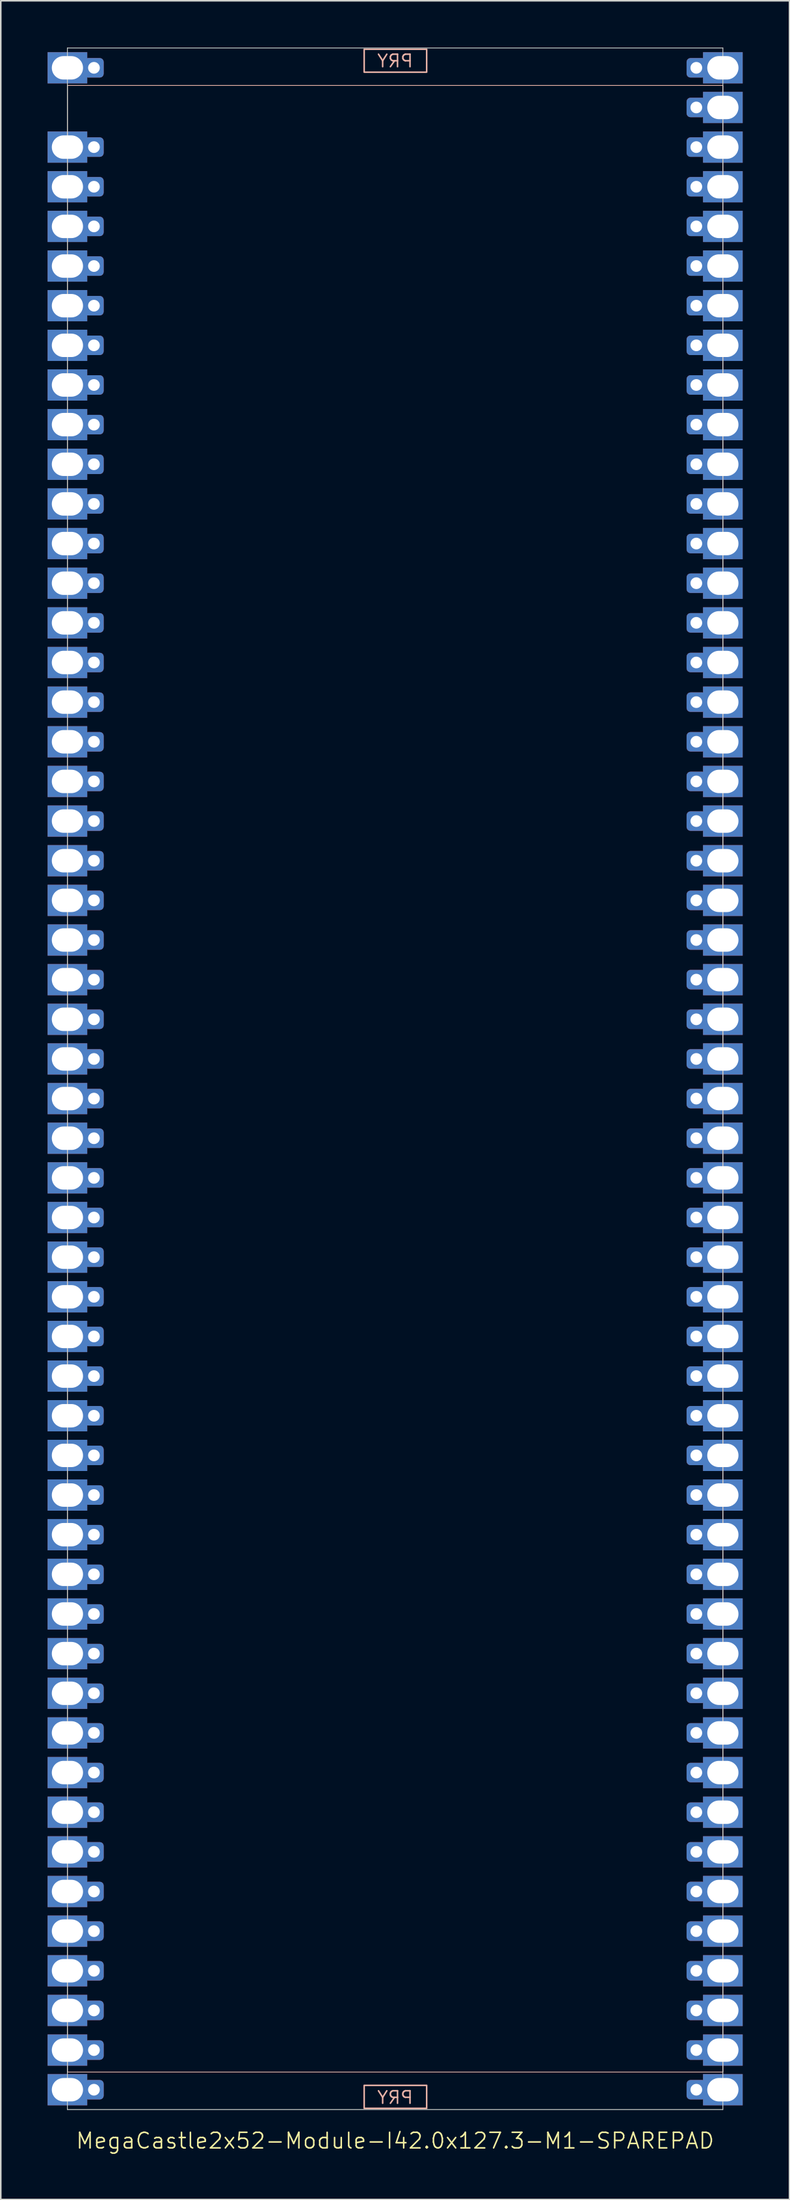
<source format=kicad_pcb>
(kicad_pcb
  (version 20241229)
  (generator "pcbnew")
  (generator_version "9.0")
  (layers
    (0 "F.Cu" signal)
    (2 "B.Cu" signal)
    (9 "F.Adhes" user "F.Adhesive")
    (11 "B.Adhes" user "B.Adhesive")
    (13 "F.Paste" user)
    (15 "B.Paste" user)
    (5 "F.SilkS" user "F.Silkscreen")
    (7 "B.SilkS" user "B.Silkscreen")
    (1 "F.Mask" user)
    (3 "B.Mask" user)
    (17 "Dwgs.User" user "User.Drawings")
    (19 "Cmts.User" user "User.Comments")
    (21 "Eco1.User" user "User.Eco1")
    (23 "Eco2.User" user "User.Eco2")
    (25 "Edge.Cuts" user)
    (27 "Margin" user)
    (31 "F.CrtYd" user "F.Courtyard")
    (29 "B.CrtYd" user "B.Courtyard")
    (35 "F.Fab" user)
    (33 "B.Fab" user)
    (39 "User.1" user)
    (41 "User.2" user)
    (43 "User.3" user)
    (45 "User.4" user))
  (footprint "MegaCastle2x52-Module-I42.0x127.3-M1-SPAREPAD"
    (layer "F.Cu")
    (at 22.27 66.065)
    (property "Reference" "MegaCastle2x52-Module-I42.0x127.3-M1-SPAREPAD" (at 0 68.04 0) (unlocked yes) (layer "F.SilkS") (effects (font (size 1 1) (thickness 0.1))))
    (attr smd)
    (fp_rect (start -21 63.64) (end 21 -63.64) (stroke (width 0.05) (type default)) (fill no) (layer "B.SilkS"))
    (fp_rect (start -1.984 -64.491) (end 2.02 -65.96) (stroke (width 0.1) (type default)) (fill no) (layer "B.SilkS"))
    (fp_rect (start -1.984 64.491) (end 2.02 65.96) (stroke (width 0.1) (type default)) (fill no) (layer "B.SilkS"))
    (fp_line (start -21 -66.04) (end -21 66.04) (stroke (width 0.05) (type default)) (layer "Edge.Cuts"))
    (fp_line (start -21 -66.04) (end 21 -66.04) (stroke (width 0.05) (type default)) (layer "Edge.Cuts"))
    (fp_line (start -21 66.04) (end 21 66.04) (stroke (width 0.05) (type default)) (layer "Edge.Cuts"))
    (fp_line (start 21 -66.04) (end 21 66.04) (stroke (width 0.05) (type default)) (layer "Edge.Cuts"))
    (fp_text user "PRY" (at 0 65.74 0) (unlocked yes) (layer "B.SilkS") (effects (font (size 0.8 0.8) (thickness 0.1)) (justify bottom mirror)))
    (fp_text user "PRY" (at 0 -64.74 0) (unlocked yes) (layer "B.SilkS") (effects (font (size 0.8 0.8) (thickness 0.1)) (justify bottom mirror)))
    (pad "1" thru_hole rect (at -21 -64.77) (size 2.54 2) (drill oval 2 1.5) (property pad_prop_castellated) (layers "*.Cu" "*.Mask"))
    (pad "1" thru_hole roundrect (at -19.3 -64.77 180) (size 1.25 1.25) (drill 0.75) (layers "*.Cu" "*.Mask") (roundrect_rratio 0.2))
    (pad "3" thru_hole rect (at -21 -59.69) (size 2.54 2) (drill oval 2 1.5) (property pad_prop_castellated) (layers "*.Cu" "*.Mask"))
    (pad "3" thru_hole roundrect (at -19.3 -59.69 180) (size 1.25 1.25) (drill 0.75) (layers "*.Cu" "*.Mask") (roundrect_rratio 0.2))
    (pad "4" thru_hole rect (at -21 -57.15) (size 2.54 2) (drill oval 2 1.5) (property pad_prop_castellated) (layers "*.Cu" "*.Mask"))
    (pad "4" thru_hole roundrect (at -19.3 -57.15 180) (size 1.25 1.25) (drill 0.75) (layers "*.Cu" "*.Mask") (roundrect_rratio 0.2))
    (pad "5" thru_hole rect (at -21 -54.61) (size 2.54 2) (drill oval 2 1.5) (property pad_prop_castellated) (layers "*.Cu" "*.Mask"))
    (pad "5" thru_hole roundrect (at -19.3 -54.61 180) (size 1.25 1.25) (drill 0.75) (layers "*.Cu" "*.Mask") (roundrect_rratio 0.2))
    (pad "6" thru_hole rect (at -21 -52.07) (size 2.54 2) (drill oval 2 1.5) (property pad_prop_castellated) (layers "*.Cu" "*.Mask"))
    (pad "6" thru_hole roundrect (at -19.3 -52.07 180) (size 1.25 1.25) (drill 0.75) (layers "*.Cu" "*.Mask") (roundrect_rratio 0.2))
    (pad "7" thru_hole rect (at -21 -49.53) (size 2.54 2) (drill oval 2 1.5) (property pad_prop_castellated) (layers "*.Cu" "*.Mask"))
    (pad "7" thru_hole roundrect (at -19.3 -49.53 180) (size 1.25 1.25) (drill 0.75) (layers "*.Cu" "*.Mask") (roundrect_rratio 0.2))
    (pad "8" thru_hole rect (at -21 -46.99) (size 2.54 2) (drill oval 2 1.5) (property pad_prop_castellated) (layers "*.Cu" "*.Mask"))
    (pad "8" thru_hole roundrect (at -19.3 -46.99 180) (size 1.25 1.25) (drill 0.75) (layers "*.Cu" "*.Mask") (roundrect_rratio 0.2))
    (pad "9" thru_hole rect (at -21 -44.45) (size 2.54 2) (drill oval 2 1.5) (property pad_prop_castellated) (layers "*.Cu" "*.Mask"))
    (pad "9" thru_hole roundrect (at -19.3 -44.45 180) (size 1.25 1.25) (drill 0.75) (layers "*.Cu" "*.Mask") (roundrect_rratio 0.2))
    (pad "10" thru_hole rect (at -21 -41.91) (size 2.54 2) (drill oval 2 1.5) (property pad_prop_castellated) (layers "*.Cu" "*.Mask"))
    (pad "10" thru_hole roundrect (at -19.3 -41.91 180) (size 1.25 1.25) (drill 0.75) (layers "*.Cu" "*.Mask") (roundrect_rratio 0.2))
    (pad "11" thru_hole rect (at -21 -39.37) (size 2.54 2) (drill oval 2 1.5) (property pad_prop_castellated) (layers "*.Cu" "*.Mask"))
    (pad "11" thru_hole roundrect (at -19.3 -39.37 180) (size 1.25 1.25) (drill 0.75) (layers "*.Cu" "*.Mask") (roundrect_rratio 0.2))
    (pad "12" thru_hole rect (at -21 -36.83) (size 2.54 2) (drill oval 2 1.5) (property pad_prop_castellated) (layers "*.Cu" "*.Mask"))
    (pad "12" thru_hole roundrect (at -19.3 -36.83 180) (size 1.25 1.25) (drill 0.75) (layers "*.Cu" "*.Mask") (roundrect_rratio 0.2))
    (pad "13" thru_hole rect (at -21 -34.29) (size 2.54 2) (drill oval 2 1.5) (property pad_prop_castellated) (layers "*.Cu" "*.Mask"))
    (pad "13" thru_hole roundrect (at -19.3 -34.29 180) (size 1.25 1.25) (drill 0.75) (layers "*.Cu" "*.Mask") (roundrect_rratio 0.2))
    (pad "14" thru_hole rect (at -21 -31.75) (size 2.54 2) (drill oval 2 1.5) (property pad_prop_castellated) (layers "*.Cu" "*.Mask"))
    (pad "14" thru_hole roundrect (at -19.3 -31.75 180) (size 1.25 1.25) (drill 0.75) (layers "*.Cu" "*.Mask") (roundrect_rratio 0.2))
    (pad "15" thru_hole rect (at -21 -29.21) (size 2.54 2) (drill oval 2 1.5) (property pad_prop_castellated) (layers "*.Cu" "*.Mask"))
    (pad "15" thru_hole roundrect (at -19.3 -29.21 180) (size 1.25 1.25) (drill 0.75) (layers "*.Cu" "*.Mask") (roundrect_rratio 0.2))
    (pad "16" thru_hole rect (at -21 -26.67) (size 2.54 2) (drill oval 2 1.5) (property pad_prop_castellated) (layers "*.Cu" "*.Mask"))
    (pad "16" thru_hole roundrect (at -19.3 -26.67 180) (size 1.25 1.25) (drill 0.75) (layers "*.Cu" "*.Mask") (roundrect_rratio 0.2))
    (pad "17" thru_hole rect (at -21 -24.13) (size 2.54 2) (drill oval 2 1.5) (property pad_prop_castellated) (layers "*.Cu" "*.Mask"))
    (pad "17" thru_hole roundrect (at -19.3 -24.13 180) (size 1.25 1.25) (drill 0.75) (layers "*.Cu" "*.Mask") (roundrect_rratio 0.2))
    (pad "18" thru_hole rect (at -21 -21.59) (size 2.54 2) (drill oval 2 1.5) (property pad_prop_castellated) (layers "*.Cu" "*.Mask"))
    (pad "18" thru_hole roundrect (at -19.3 -21.59 180) (size 1.25 1.25) (drill 0.75) (layers "*.Cu" "*.Mask") (roundrect_rratio 0.2))
    (pad "19" thru_hole rect (at -21 -19.05) (size 2.54 2) (drill oval 2 1.5) (property pad_prop_castellated) (layers "*.Cu" "*.Mask"))
    (pad "19" thru_hole roundrect (at -19.3 -19.05 180) (size 1.25 1.25) (drill 0.75) (layers "*.Cu" "*.Mask") (roundrect_rratio 0.2))
    (pad "20" thru_hole rect (at -21 -16.51) (size 2.54 2) (drill oval 2 1.5) (property pad_prop_castellated) (layers "*.Cu" "*.Mask"))
    (pad "20" thru_hole roundrect (at -19.3 -16.51 180) (size 1.25 1.25) (drill 0.75) (layers "*.Cu" "*.Mask") (roundrect_rratio 0.2))
    (pad "21" thru_hole rect (at -21 -13.97) (size 2.54 2) (drill oval 2 1.5) (property pad_prop_castellated) (layers "*.Cu" "*.Mask"))
    (pad "21" thru_hole roundrect (at -19.3 -13.97 180) (size 1.25 1.25) (drill 0.75) (layers "*.Cu" "*.Mask") (roundrect_rratio 0.2))
    (pad "22" thru_hole rect (at -21 -11.43) (size 2.54 2) (drill oval 2 1.5) (property pad_prop_castellated) (layers "*.Cu" "*.Mask"))
    (pad "22" thru_hole roundrect (at -19.3 -11.43 180) (size 1.25 1.25) (drill 0.75) (layers "*.Cu" "*.Mask") (roundrect_rratio 0.2))
    (pad "23" thru_hole rect (at -21 -8.89) (size 2.54 2) (drill oval 2 1.5) (property pad_prop_castellated) (layers "*.Cu" "*.Mask"))
    (pad "23" thru_hole roundrect (at -19.3 -8.89 180) (size 1.25 1.25) (drill 0.75) (layers "*.Cu" "*.Mask") (roundrect_rratio 0.2))
    (pad "24" thru_hole rect (at -21 -6.35) (size 2.54 2) (drill oval 2 1.5) (property pad_prop_castellated) (layers "*.Cu" "*.Mask"))
    (pad "24" thru_hole roundrect (at -19.3 -6.35 180) (size 1.25 1.25) (drill 0.75) (layers "*.Cu" "*.Mask") (roundrect_rratio 0.2))
    (pad "25" thru_hole rect (at -21 -3.81) (size 2.54 2) (drill oval 2 1.5) (property pad_prop_castellated) (layers "*.Cu" "*.Mask"))
    (pad "25" thru_hole roundrect (at -19.3 -3.81 180) (size 1.25 1.25) (drill 0.75) (layers "*.Cu" "*.Mask") (roundrect_rratio 0.2))
    (pad "26" thru_hole rect (at -21 -1.27) (size 2.54 2) (drill oval 2 1.5) (property pad_prop_castellated) (layers "*.Cu" "*.Mask"))
    (pad "26" thru_hole roundrect (at -19.3 -1.27 180) (size 1.25 1.25) (drill 0.75) (layers "*.Cu" "*.Mask") (roundrect_rratio 0.2))
    (pad "27" thru_hole rect (at -21 1.27) (size 2.54 2) (drill oval 2 1.5) (property pad_prop_castellated) (layers "*.Cu" "*.Mask"))
    (pad "27" thru_hole roundrect (at -19.3 1.27 180) (size 1.25 1.25) (drill 0.75) (layers "*.Cu" "*.Mask") (roundrect_rratio 0.2))
    (pad "28" thru_hole rect (at -21 3.81) (size 2.54 2) (drill oval 2 1.5) (property pad_prop_castellated) (layers "*.Cu" "*.Mask"))
    (pad "28" thru_hole roundrect (at -19.3 3.81 180) (size 1.25 1.25) (drill 0.75) (layers "*.Cu" "*.Mask") (roundrect_rratio 0.2))
    (pad "29" thru_hole rect (at -21 6.35) (size 2.54 2) (drill oval 2 1.5) (property pad_prop_castellated) (layers "*.Cu" "*.Mask"))
    (pad "29" thru_hole roundrect (at -19.3 6.35 180) (size 1.25 1.25) (drill 0.75) (layers "*.Cu" "*.Mask") (roundrect_rratio 0.2))
    (pad "30" thru_hole rect (at -21 8.89) (size 2.54 2) (drill oval 2 1.5) (property pad_prop_castellated) (layers "*.Cu" "*.Mask"))
    (pad "30" thru_hole roundrect (at -19.3 8.89 180) (size 1.25 1.25) (drill 0.75) (layers "*.Cu" "*.Mask") (roundrect_rratio 0.2))
    (pad "31" thru_hole rect (at -21 11.43) (size 2.54 2) (drill oval 2 1.5) (property pad_prop_castellated) (layers "*.Cu" "*.Mask"))
    (pad "31" thru_hole roundrect (at -19.3 11.43 180) (size 1.25 1.25) (drill 0.75) (layers "*.Cu" "*.Mask") (roundrect_rratio 0.2))
    (pad "32" thru_hole rect (at -21 13.97) (size 2.54 2) (drill oval 2 1.5) (property pad_prop_castellated) (layers "*.Cu" "*.Mask"))
    (pad "32" thru_hole roundrect (at -19.3 13.97 180) (size 1.25 1.25) (drill 0.75) (layers "*.Cu" "*.Mask") (roundrect_rratio 0.2))
    (pad "33" thru_hole rect (at -21 16.51) (size 2.54 2) (drill oval 2 1.5) (property pad_prop_castellated) (layers "*.Cu" "*.Mask"))
    (pad "33" thru_hole roundrect (at -19.3 16.51 180) (size 1.25 1.25) (drill 0.75) (layers "*.Cu" "*.Mask") (roundrect_rratio 0.2))
    (pad "34" thru_hole rect (at -21 19.05) (size 2.54 2) (drill oval 2 1.5) (property pad_prop_castellated) (layers "*.Cu" "*.Mask"))
    (pad "34" thru_hole roundrect (at -19.3 19.05 180) (size 1.25 1.25) (drill 0.75) (layers "*.Cu" "*.Mask") (roundrect_rratio 0.2))
    (pad "35" thru_hole rect (at -21 21.59) (size 2.54 2) (drill oval 2 1.5) (property pad_prop_castellated) (layers "*.Cu" "*.Mask"))
    (pad "35" thru_hole roundrect (at -19.3 21.59 180) (size 1.25 1.25) (drill 0.75) (layers "*.Cu" "*.Mask") (roundrect_rratio 0.2))
    (pad "36" thru_hole rect (at -21 24.13) (size 2.54 2) (drill oval 2 1.5) (property pad_prop_castellated) (layers "*.Cu" "*.Mask"))
    (pad "36" thru_hole roundrect (at -19.3 24.13 180) (size 1.25 1.25) (drill 0.75) (layers "*.Cu" "*.Mask") (roundrect_rratio 0.2))
    (pad "37" thru_hole rect (at -21 26.67) (size 2.54 2) (drill oval 2 1.5) (property pad_prop_castellated) (layers "*.Cu" "*.Mask"))
    (pad "37" thru_hole roundrect (at -19.3 26.67 180) (size 1.25 1.25) (drill 0.75) (layers "*.Cu" "*.Mask") (roundrect_rratio 0.2))
    (pad "38" thru_hole rect (at -21 29.21) (size 2.54 2) (drill oval 2 1.5) (property pad_prop_castellated) (layers "*.Cu" "*.Mask"))
    (pad "38" thru_hole roundrect (at -19.3 29.21 180) (size 1.25 1.25) (drill 0.75) (layers "*.Cu" "*.Mask") (roundrect_rratio 0.2))
    (pad "39" thru_hole rect (at -21 31.75) (size 2.54 2) (drill oval 2 1.5) (property pad_prop_castellated) (layers "*.Cu" "*.Mask"))
    (pad "39" thru_hole roundrect (at -19.3 31.75 180) (size 1.25 1.25) (drill 0.75) (layers "*.Cu" "*.Mask") (roundrect_rratio 0.2))
    (pad "40" thru_hole rect (at -21 34.29) (size 2.54 2) (drill oval 2 1.5) (property pad_prop_castellated) (layers "*.Cu" "*.Mask"))
    (pad "40" thru_hole roundrect (at -19.3 34.29 180) (size 1.25 1.25) (drill 0.75) (layers "*.Cu" "*.Mask") (roundrect_rratio 0.2))
    (pad "41" thru_hole rect (at -21 36.83) (size 2.54 2) (drill oval 2 1.5) (property pad_prop_castellated) (layers "*.Cu" "*.Mask"))
    (pad "41" thru_hole roundrect (at -19.3 36.83 180) (size 1.25 1.25) (drill 0.75) (layers "*.Cu" "*.Mask") (roundrect_rratio 0.2))
    (pad "42" thru_hole rect (at -21 39.37) (size 2.54 2) (drill oval 2 1.5) (property pad_prop_castellated) (layers "*.Cu" "*.Mask"))
    (pad "42" thru_hole roundrect (at -19.3 39.37 180) (size 1.25 1.25) (drill 0.75) (layers "*.Cu" "*.Mask") (roundrect_rratio 0.2))
    (pad "43" thru_hole rect (at -21 41.91) (size 2.54 2) (drill oval 2 1.5) (property pad_prop_castellated) (layers "*.Cu" "*.Mask"))
    (pad "43" thru_hole roundrect (at -19.3 41.91 180) (size 1.25 1.25) (drill 0.75) (layers "*.Cu" "*.Mask") (roundrect_rratio 0.2))
    (pad "44" thru_hole rect (at -21 44.45) (size 2.54 2) (drill oval 2 1.5) (property pad_prop_castellated) (layers "*.Cu" "*.Mask"))
    (pad "44" thru_hole roundrect (at -19.3 44.45 180) (size 1.25 1.25) (drill 0.75) (layers "*.Cu" "*.Mask") (roundrect_rratio 0.2))
    (pad "45" thru_hole rect (at -21 46.99) (size 2.54 2) (drill oval 2 1.5) (property pad_prop_castellated) (layers "*.Cu" "*.Mask"))
    (pad "45" thru_hole roundrect (at -19.3 46.99 180) (size 1.25 1.25) (drill 0.75) (layers "*.Cu" "*.Mask") (roundrect_rratio 0.2))
    (pad "46" thru_hole rect (at -21 49.53) (size 2.54 2) (drill oval 2 1.5) (property pad_prop_castellated) (layers "*.Cu" "*.Mask"))
    (pad "46" thru_hole roundrect (at -19.3 49.53 180) (size 1.25 1.25) (drill 0.75) (layers "*.Cu" "*.Mask") (roundrect_rratio 0.2))
    (pad "47" thru_hole rect (at -21 52.07) (size 2.54 2) (drill oval 2 1.5) (property pad_prop_castellated) (layers "*.Cu" "*.Mask"))
    (pad "47" thru_hole roundrect (at -19.3 52.07 180) (size 1.25 1.25) (drill 0.75) (layers "*.Cu" "*.Mask") (roundrect_rratio 0.2))
    (pad "48" thru_hole rect (at -21 54.61) (size 2.54 2) (drill oval 2 1.5) (property pad_prop_castellated) (layers "*.Cu" "*.Mask"))
    (pad "48" thru_hole roundrect (at -19.3 54.61 180) (size 1.25 1.25) (drill 0.75) (layers "*.Cu" "*.Mask") (roundrect_rratio 0.2))
    (pad "49" thru_hole rect (at -21 57.15) (size 2.54 2) (drill oval 2 1.5) (property pad_prop_castellated) (layers "*.Cu" "*.Mask"))
    (pad "49" thru_hole roundrect (at -19.3 57.15 180) (size 1.25 1.25) (drill 0.75) (layers "*.Cu" "*.Mask") (roundrect_rratio 0.2))
    (pad "50" thru_hole rect (at -21 59.69) (size 2.54 2) (drill oval 2 1.5) (property pad_prop_castellated) (layers "*.Cu" "*.Mask"))
    (pad "50" thru_hole roundrect (at -19.3 59.69 180) (size 1.25 1.25) (drill 0.75) (layers "*.Cu" "*.Mask") (roundrect_rratio 0.2))
    (pad "51" thru_hole rect (at -21 62.23) (size 2.54 2) (drill oval 2 1.5) (property pad_prop_castellated) (layers "*.Cu" "*.Mask"))
    (pad "51" thru_hole roundrect (at -19.3 62.23 180) (size 1.25 1.25) (drill 0.75) (layers "*.Cu" "*.Mask") (roundrect_rratio 0.2))
    (pad "52" thru_hole rect (at -21 64.77) (size 2.54 2) (drill oval 2 1.5) (property pad_prop_castellated) (layers "*.Cu" "*.Mask"))
    (pad "52" thru_hole roundrect (at -19.3 64.77 180) (size 1.25 1.25) (drill 0.75) (layers "*.Cu" "*.Mask") (roundrect_rratio 0.2))
    (pad "53" thru_hole roundrect (at 19.3 -64.77 180) (size 1.25 1.25) (drill 0.75) (layers "*.Cu" "*.Mask") (roundrect_rratio 0.2))
    (pad "53" thru_hole rect (at 21 -64.77) (size 2.54 2) (drill oval 2 1.5) (property pad_prop_castellated) (layers "*.Cu" "*.Mask"))
    (pad "54" thru_hole roundrect (at 19.3 -62.23 180) (size 1.25 1.25) (drill 0.75) (layers "*.Cu" "*.Mask") (roundrect_rratio 0.2))
    (pad "54" thru_hole rect (at 21 -62.23) (size 2.54 2) (drill oval 2 1.5) (property pad_prop_castellated) (layers "*.Cu" "*.Mask"))
    (pad "55" thru_hole roundrect (at 19.3 -59.69 180) (size 1.25 1.25) (drill 0.75) (layers "*.Cu" "*.Mask") (roundrect_rratio 0.2))
    (pad "55" thru_hole rect (at 21 -59.69) (size 2.54 2) (drill oval 2 1.5) (property pad_prop_castellated) (layers "*.Cu" "*.Mask"))
    (pad "56" thru_hole roundrect (at 19.3 -57.15 180) (size 1.25 1.25) (drill 0.75) (layers "*.Cu" "*.Mask") (roundrect_rratio 0.2))
    (pad "56" thru_hole rect (at 21 -57.15) (size 2.54 2) (drill oval 2 1.5) (property pad_prop_castellated) (layers "*.Cu" "*.Mask"))
    (pad "57" thru_hole roundrect (at 19.3 -54.61 180) (size 1.25 1.25) (drill 0.75) (layers "*.Cu" "*.Mask") (roundrect_rratio 0.2))
    (pad "57" thru_hole rect (at 21 -54.61) (size 2.54 2) (drill oval 2 1.5) (property pad_prop_castellated) (layers "*.Cu" "*.Mask"))
    (pad "58" thru_hole roundrect (at 19.3 -52.07 180) (size 1.25 1.25) (drill 0.75) (layers "*.Cu" "*.Mask") (roundrect_rratio 0.2))
    (pad "58" thru_hole rect (at 21 -52.07) (size 2.54 2) (drill oval 2 1.5) (property pad_prop_castellated) (layers "*.Cu" "*.Mask"))
    (pad "59" thru_hole roundrect (at 19.3 -49.53 180) (size 1.25 1.25) (drill 0.75) (layers "*.Cu" "*.Mask") (roundrect_rratio 0.2))
    (pad "59" thru_hole rect (at 21 -49.53) (size 2.54 2) (drill oval 2 1.5) (property pad_prop_castellated) (layers "*.Cu" "*.Mask"))
    (pad "60" thru_hole roundrect (at 19.3 -46.99 180) (size 1.25 1.25) (drill 0.75) (layers "*.Cu" "*.Mask") (roundrect_rratio 0.2))
    (pad "60" thru_hole rect (at 21 -46.99) (size 2.54 2) (drill oval 2 1.5) (property pad_prop_castellated) (layers "*.Cu" "*.Mask"))
    (pad "61" thru_hole roundrect (at 19.3 -44.45 180) (size 1.25 1.25) (drill 0.75) (layers "*.Cu" "*.Mask") (roundrect_rratio 0.2))
    (pad "61" thru_hole rect (at 21 -44.45) (size 2.54 2) (drill oval 2 1.5) (property pad_prop_castellated) (layers "*.Cu" "*.Mask"))
    (pad "62" thru_hole roundrect (at 19.3 -41.91 180) (size 1.25 1.25) (drill 0.75) (layers "*.Cu" "*.Mask") (roundrect_rratio 0.2))
    (pad "62" thru_hole rect (at 21 -41.91) (size 2.54 2) (drill oval 2 1.5) (property pad_prop_castellated) (layers "*.Cu" "*.Mask"))
    (pad "63" thru_hole roundrect (at 19.3 -39.37 180) (size 1.25 1.25) (drill 0.75) (layers "*.Cu" "*.Mask") (roundrect_rratio 0.2))
    (pad "63" thru_hole rect (at 21 -39.37) (size 2.54 2) (drill oval 2 1.5) (property pad_prop_castellated) (layers "*.Cu" "*.Mask"))
    (pad "64" thru_hole roundrect (at 19.3 -36.83 180) (size 1.25 1.25) (drill 0.75) (layers "*.Cu" "*.Mask") (roundrect_rratio 0.2))
    (pad "64" thru_hole rect (at 21 -36.83) (size 2.54 2) (drill oval 2 1.5) (property pad_prop_castellated) (layers "*.Cu" "*.Mask"))
    (pad "65" thru_hole roundrect (at 19.3 -34.29 180) (size 1.25 1.25) (drill 0.75) (layers "*.Cu" "*.Mask") (roundrect_rratio 0.2))
    (pad "65" thru_hole rect (at 21 -34.29) (size 2.54 2) (drill oval 2 1.5) (property pad_prop_castellated) (layers "*.Cu" "*.Mask"))
    (pad "66" thru_hole roundrect (at 19.3 -31.75 180) (size 1.25 1.25) (drill 0.75) (layers "*.Cu" "*.Mask") (roundrect_rratio 0.2))
    (pad "66" thru_hole rect (at 21 -31.75) (size 2.54 2) (drill oval 2 1.5) (property pad_prop_castellated) (layers "*.Cu" "*.Mask"))
    (pad "67" thru_hole roundrect (at 19.3 -29.21 180) (size 1.25 1.25) (drill 0.75) (layers "*.Cu" "*.Mask") (roundrect_rratio 0.2))
    (pad "67" thru_hole rect (at 21 -29.21) (size 2.54 2) (drill oval 2 1.5) (property pad_prop_castellated) (layers "*.Cu" "*.Mask"))
    (pad "68" thru_hole roundrect (at 19.3 -26.67 180) (size 1.25 1.25) (drill 0.75) (layers "*.Cu" "*.Mask") (roundrect_rratio 0.2))
    (pad "68" thru_hole rect (at 21 -26.67) (size 2.54 2) (drill oval 2 1.5) (property pad_prop_castellated) (layers "*.Cu" "*.Mask"))
    (pad "69" thru_hole roundrect (at 19.3 -24.13 180) (size 1.25 1.25) (drill 0.75) (layers "*.Cu" "*.Mask") (roundrect_rratio 0.2))
    (pad "69" thru_hole rect (at 21 -24.13) (size 2.54 2) (drill oval 2 1.5) (property pad_prop_castellated) (layers "*.Cu" "*.Mask"))
    (pad "70" thru_hole roundrect (at 19.3 -21.59 180) (size 1.25 1.25) (drill 0.75) (layers "*.Cu" "*.Mask") (roundrect_rratio 0.2))
    (pad "70" thru_hole rect (at 21 -21.59) (size 2.54 2) (drill oval 2 1.5) (property pad_prop_castellated) (layers "*.Cu" "*.Mask"))
    (pad "71" thru_hole roundrect (at 19.3 -19.05 180) (size 1.25 1.25) (drill 0.75) (layers "*.Cu" "*.Mask") (roundrect_rratio 0.2))
    (pad "71" thru_hole rect (at 21 -19.05) (size 2.54 2) (drill oval 2 1.5) (property pad_prop_castellated) (layers "*.Cu" "*.Mask"))
    (pad "72" thru_hole roundrect (at 19.3 -16.51 180) (size 1.25 1.25) (drill 0.75) (layers "*.Cu" "*.Mask") (roundrect_rratio 0.2))
    (pad "72" thru_hole rect (at 21 -16.51) (size 2.54 2) (drill oval 2 1.5) (property pad_prop_castellated) (layers "*.Cu" "*.Mask"))
    (pad "73" thru_hole roundrect (at 19.3 -13.97 180) (size 1.25 1.25) (drill 0.75) (layers "*.Cu" "*.Mask") (roundrect_rratio 0.2))
    (pad "73" thru_hole rect (at 21 -13.97) (size 2.54 2) (drill oval 2 1.5) (property pad_prop_castellated) (layers "*.Cu" "*.Mask"))
    (pad "74" thru_hole roundrect (at 19.3 -11.43 180) (size 1.25 1.25) (drill 0.75) (layers "*.Cu" "*.Mask") (roundrect_rratio 0.2))
    (pad "74" thru_hole rect (at 21 -11.43) (size 2.54 2) (drill oval 2 1.5) (property pad_prop_castellated) (layers "*.Cu" "*.Mask"))
    (pad "75" thru_hole roundrect (at 19.3 -8.89 180) (size 1.25 1.25) (drill 0.75) (layers "*.Cu" "*.Mask") (roundrect_rratio 0.2))
    (pad "75" thru_hole rect (at 21 -8.89) (size 2.54 2) (drill oval 2 1.5) (property pad_prop_castellated) (layers "*.Cu" "*.Mask"))
    (pad "76" thru_hole roundrect (at 19.3 -6.35 180) (size 1.25 1.25) (drill 0.75) (layers "*.Cu" "*.Mask") (roundrect_rratio 0.2))
    (pad "76" thru_hole rect (at 21 -6.35) (size 2.54 2) (drill oval 2 1.5) (property pad_prop_castellated) (layers "*.Cu" "*.Mask"))
    (pad "77" thru_hole roundrect (at 19.3 -3.81 180) (size 1.25 1.25) (drill 0.75) (layers "*.Cu" "*.Mask") (roundrect_rratio 0.2))
    (pad "77" thru_hole rect (at 21 -3.81) (size 2.54 2) (drill oval 2 1.5) (property pad_prop_castellated) (layers "*.Cu" "*.Mask"))
    (pad "78" thru_hole roundrect (at 19.3 -1.27 180) (size 1.25 1.25) (drill 0.75) (layers "*.Cu" "*.Mask") (roundrect_rratio 0.2))
    (pad "78" thru_hole rect (at 21 -1.27) (size 2.54 2) (drill oval 2 1.5) (property pad_prop_castellated) (layers "*.Cu" "*.Mask"))
    (pad "79" thru_hole roundrect (at 19.3 1.27 180) (size 1.25 1.25) (drill 0.75) (layers "*.Cu" "*.Mask") (roundrect_rratio 0.2))
    (pad "79" thru_hole rect (at 21 1.27) (size 2.54 2) (drill oval 2 1.5) (property pad_prop_castellated) (layers "*.Cu" "*.Mask"))
    (pad "80" thru_hole roundrect (at 19.3 3.81 180) (size 1.25 1.25) (drill 0.75) (layers "*.Cu" "*.Mask") (roundrect_rratio 0.2))
    (pad "80" thru_hole rect (at 21 3.81) (size 2.54 2) (drill oval 2 1.5) (property pad_prop_castellated) (layers "*.Cu" "*.Mask"))
    (pad "81" thru_hole roundrect (at 19.3 6.35 180) (size 1.25 1.25) (drill 0.75) (layers "*.Cu" "*.Mask") (roundrect_rratio 0.2))
    (pad "81" thru_hole rect (at 21 6.35) (size 2.54 2) (drill oval 2 1.5) (property pad_prop_castellated) (layers "*.Cu" "*.Mask"))
    (pad "82" thru_hole roundrect (at 19.3 8.89 180) (size 1.25 1.25) (drill 0.75) (layers "*.Cu" "*.Mask") (roundrect_rratio 0.2))
    (pad "82" thru_hole rect (at 21 8.89) (size 2.54 2) (drill oval 2 1.5) (property pad_prop_castellated) (layers "*.Cu" "*.Mask"))
    (pad "83" thru_hole roundrect (at 19.3 11.43 180) (size 1.25 1.25) (drill 0.75) (layers "*.Cu" "*.Mask") (roundrect_rratio 0.2))
    (pad "83" thru_hole rect (at 21 11.43) (size 2.54 2) (drill oval 2 1.5) (property pad_prop_castellated) (layers "*.Cu" "*.Mask"))
    (pad "84" thru_hole roundrect (at 19.3 13.97 180) (size 1.25 1.25) (drill 0.75) (layers "*.Cu" "*.Mask") (roundrect_rratio 0.2))
    (pad "84" thru_hole rect (at 21 13.97) (size 2.54 2) (drill oval 2 1.5) (property pad_prop_castellated) (layers "*.Cu" "*.Mask"))
    (pad "85" thru_hole roundrect (at 19.3 16.51 180) (size 1.25 1.25) (drill 0.75) (layers "*.Cu" "*.Mask") (roundrect_rratio 0.2))
    (pad "85" thru_hole rect (at 21 16.51) (size 2.54 2) (drill oval 2 1.5) (property pad_prop_castellated) (layers "*.Cu" "*.Mask"))
    (pad "86" thru_hole roundrect (at 19.3 19.05 180) (size 1.25 1.25) (drill 0.75) (layers "*.Cu" "*.Mask") (roundrect_rratio 0.2))
    (pad "86" thru_hole rect (at 21 19.05) (size 2.54 2) (drill oval 2 1.5) (property pad_prop_castellated) (layers "*.Cu" "*.Mask"))
    (pad "87" thru_hole roundrect (at 19.3 21.59 180) (size 1.25 1.25) (drill 0.75) (layers "*.Cu" "*.Mask") (roundrect_rratio 0.2))
    (pad "87" thru_hole rect (at 21 21.59) (size 2.54 2) (drill oval 2 1.5) (property pad_prop_castellated) (layers "*.Cu" "*.Mask"))
    (pad "88" thru_hole roundrect (at 19.3 24.13 180) (size 1.25 1.25) (drill 0.75) (layers "*.Cu" "*.Mask") (roundrect_rratio 0.2))
    (pad "88" thru_hole rect (at 21 24.13) (size 2.54 2) (drill oval 2 1.5) (property pad_prop_castellated) (layers "*.Cu" "*.Mask"))
    (pad "89" thru_hole roundrect (at 19.3 26.67 180) (size 1.25 1.25) (drill 0.75) (layers "*.Cu" "*.Mask") (roundrect_rratio 0.2))
    (pad "89" thru_hole rect (at 21 26.67) (size 2.54 2) (drill oval 2 1.5) (property pad_prop_castellated) (layers "*.Cu" "*.Mask"))
    (pad "90" thru_hole roundrect (at 19.3 29.21 180) (size 1.25 1.25) (drill 0.75) (layers "*.Cu" "*.Mask") (roundrect_rratio 0.2))
    (pad "90" thru_hole rect (at 21 29.21) (size 2.54 2) (drill oval 2 1.5) (property pad_prop_castellated) (layers "*.Cu" "*.Mask"))
    (pad "91" thru_hole roundrect (at 19.3 31.75 180) (size 1.25 1.25) (drill 0.75) (layers "*.Cu" "*.Mask") (roundrect_rratio 0.2))
    (pad "91" thru_hole rect (at 21 31.75) (size 2.54 2) (drill oval 2 1.5) (property pad_prop_castellated) (layers "*.Cu" "*.Mask"))
    (pad "92" thru_hole roundrect (at 19.3 34.29 180) (size 1.25 1.25) (drill 0.75) (layers "*.Cu" "*.Mask") (roundrect_rratio 0.2))
    (pad "92" thru_hole rect (at 21 34.29) (size 2.54 2) (drill oval 2 1.5) (property pad_prop_castellated) (layers "*.Cu" "*.Mask"))
    (pad "93" thru_hole roundrect (at 19.3 36.83 180) (size 1.25 1.25) (drill 0.75) (layers "*.Cu" "*.Mask") (roundrect_rratio 0.2))
    (pad "93" thru_hole rect (at 21 36.83) (size 2.54 2) (drill oval 2 1.5) (property pad_prop_castellated) (layers "*.Cu" "*.Mask"))
    (pad "94" thru_hole roundrect (at 19.3 39.37 180) (size 1.25 1.25) (drill 0.75) (layers "*.Cu" "*.Mask") (roundrect_rratio 0.2))
    (pad "94" thru_hole rect (at 21 39.37) (size 2.54 2) (drill oval 2 1.5) (property pad_prop_castellated) (layers "*.Cu" "*.Mask"))
    (pad "95" thru_hole roundrect (at 19.3 41.91 180) (size 1.25 1.25) (drill 0.75) (layers "*.Cu" "*.Mask") (roundrect_rratio 0.2))
    (pad "95" thru_hole rect (at 21 41.91) (size 2.54 2) (drill oval 2 1.5) (property pad_prop_castellated) (layers "*.Cu" "*.Mask"))
    (pad "96" thru_hole roundrect (at 19.3 44.45 180) (size 1.25 1.25) (drill 0.75) (layers "*.Cu" "*.Mask") (roundrect_rratio 0.2))
    (pad "96" thru_hole rect (at 21 44.45) (size 2.54 2) (drill oval 2 1.5) (property pad_prop_castellated) (layers "*.Cu" "*.Mask"))
    (pad "97" thru_hole roundrect (at 19.3 46.99 180) (size 1.25 1.25) (drill 0.75) (layers "*.Cu" "*.Mask") (roundrect_rratio 0.2))
    (pad "97" thru_hole rect (at 21 46.99) (size 2.54 2) (drill oval 2 1.5) (property pad_prop_castellated) (layers "*.Cu" "*.Mask"))
    (pad "98" thru_hole roundrect (at 19.3 49.53 180) (size 1.25 1.25) (drill 0.75) (layers "*.Cu" "*.Mask") (roundrect_rratio 0.2))
    (pad "98" thru_hole rect (at 21 49.53) (size 2.54 2) (drill oval 2 1.5) (property pad_prop_castellated) (layers "*.Cu" "*.Mask"))
    (pad "99" thru_hole roundrect (at 19.3 52.07 180) (size 1.25 1.25) (drill 0.75) (layers "*.Cu" "*.Mask") (roundrect_rratio 0.2))
    (pad "99" thru_hole rect (at 21 52.07) (size 2.54 2) (drill oval 2 1.5) (property pad_prop_castellated) (layers "*.Cu" "*.Mask"))
    (pad "100" thru_hole roundrect (at 19.3 54.61 180) (size 1.25 1.25) (drill 0.75) (layers "*.Cu" "*.Mask") (roundrect_rratio 0.2))
    (pad "100" thru_hole rect (at 21 54.61) (size 2.54 2) (drill oval 2 1.5) (property pad_prop_castellated) (layers "*.Cu" "*.Mask"))
    (pad "101" thru_hole roundrect (at 19.3 57.15 180) (size 1.25 1.25) (drill 0.75) (layers "*.Cu" "*.Mask") (roundrect_rratio 0.2))
    (pad "101" thru_hole rect (at 21 57.15) (size 2.54 2) (drill oval 2 1.5) (property pad_prop_castellated) (layers "*.Cu" "*.Mask"))
    (pad "102" thru_hole roundrect (at 19.3 59.69 180) (size 1.25 1.25) (drill 0.75) (layers "*.Cu" "*.Mask") (roundrect_rratio 0.2))
    (pad "102" thru_hole rect (at 21 59.69) (size 2.54 2) (drill oval 2 1.5) (property pad_prop_castellated) (layers "*.Cu" "*.Mask"))
    (pad "103" thru_hole roundrect (at 19.3 62.23 180) (size 1.25 1.25) (drill 0.75) (layers "*.Cu" "*.Mask") (roundrect_rratio 0.2))
    (pad "103" thru_hole rect (at 21 62.23) (size 2.54 2) (drill oval 2 1.5) (property pad_prop_castellated) (layers "*.Cu" "*.Mask"))
    (pad "104" thru_hole roundrect (at 19.3 64.77 180) (size 1.25 1.25) (drill 0.75) (layers "*.Cu" "*.Mask") (roundrect_rratio 0.2))
    (pad "104" thru_hole rect (at 21 64.77) (size 2.54 2) (drill oval 2 1.5) (property pad_prop_castellated) (layers "*.Cu" "*.Mask"))
    (zone (net_name "") (layer "B.Cu") (hatch edge 0.5) (connect_pads) (min_thickness 0.25) (filled_areas_thickness no) (keepout (tracks allowed) (vias allowed) (pads allowed) (copperpour allowed) (footprints not_allowed)) (placement (enabled no)) (fill) (polygon (pts (xy 1.27 132.105) (xy 1.27 0.025))))
    (zone (net_name "") (layer "B.Cu") (hatch edge 0.5) (connect_pads) (min_thickness 0.25) (filled_areas_thickness no) (keepout (tracks allowed) (vias allowed) (pads allowed) (copperpour allowed) (footprints not_allowed)) (placement (enabled no)) (fill) (polygon (pts (xy 43.27 132.105) (xy 43.27 0.025))))
    (zone (net_name "") (layer "B.Cu") (hatch edge 0.5) (connect_pads) (min_thickness 0.25) (filled_areas_thickness no) (keepout (tracks allowed) (vias allowed) (pads allowed) (copperpour allowed) (footprints not_allowed)) (placement (enabled no)) (fill) (polygon (pts (xy 1.27 0.025) (xy 1.27 2.425) (xy 43.27 2.425) (xy 43.27 0.025))))
    (zone (net_name "") (layer "B.Cu") (hatch edge 0.5) (connect_pads) (min_thickness 0.25) (filled_areas_thickness no) (keepout (tracks allowed) (vias allowed) (pads allowed) (copperpour allowed) (footprints not_allowed)) (placement (enabled no)) (fill) (polygon (pts (xy 1.27 132.105) (xy 1.27 129.705) (xy 43.27 129.705) (xy 43.27 132.105))))
    (zone (net_name "") (layer "B.Cu") (name "Upper Pry Zone") (hatch edge 0.5) (connect_pads) (min_thickness 0.25) (filled_areas_thickness no) (keepout (tracks not_allowed) (vias not_allowed) (pads not_allowed) (copperpour allowed) (footprints not_allowed)) (placement (enabled no)) (fill) (polygon (pts (xy 20.286 1.574) (xy 20.286 0.105) (xy 24.29 0.105) (xy 24.29 1.574))))
    (zone (net_name "") (layer "B.Cu") (name "Upper Pry Zone") (hatch edge 0.5) (connect_pads) (min_thickness 0.25) (filled_areas_thickness no) (keepout (tracks not_allowed) (vias not_allowed) (pads not_allowed) (copperpour allowed) (footprints not_allowed)) (placement (enabled no)) (fill) (polygon (pts (xy 20.286 130.556) (xy 20.286 132.025) (xy 24.29 132.025) (xy 24.29 130.556)))))
  (gr_rect
    (start -3 -3)
    (end 47.54 137.866)
    (stroke (width 0.1) (type default))
    (fill no)
    (layer "Edge.Cuts")))
</source>
